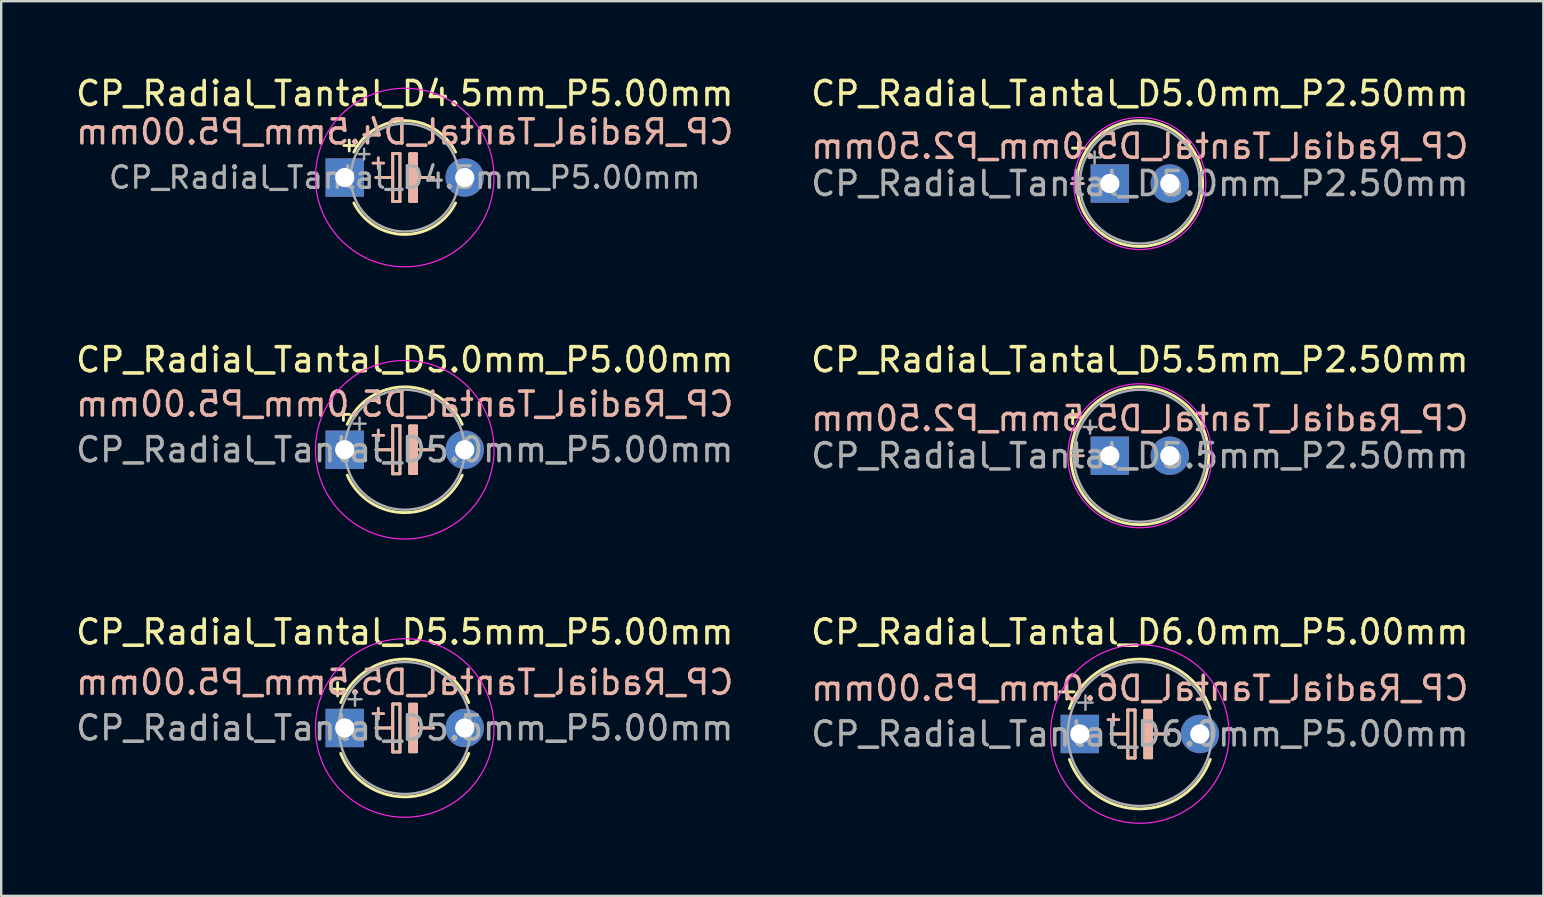
<source format=kicad_pcb>
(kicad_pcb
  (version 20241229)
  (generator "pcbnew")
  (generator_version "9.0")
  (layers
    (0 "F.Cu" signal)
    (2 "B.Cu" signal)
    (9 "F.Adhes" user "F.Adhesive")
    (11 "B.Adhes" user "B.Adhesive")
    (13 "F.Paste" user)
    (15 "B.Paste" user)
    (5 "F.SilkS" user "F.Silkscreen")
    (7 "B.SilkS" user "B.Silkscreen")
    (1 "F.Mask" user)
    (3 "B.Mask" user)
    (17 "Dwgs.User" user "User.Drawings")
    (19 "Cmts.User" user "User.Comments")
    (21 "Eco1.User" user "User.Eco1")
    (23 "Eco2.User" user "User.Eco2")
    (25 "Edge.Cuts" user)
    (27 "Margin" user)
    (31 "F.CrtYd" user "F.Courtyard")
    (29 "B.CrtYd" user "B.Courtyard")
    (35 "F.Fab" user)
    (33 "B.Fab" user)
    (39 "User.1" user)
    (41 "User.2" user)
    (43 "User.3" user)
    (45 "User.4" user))
  (footprint "CP_Radial_Tantal_D5.0mm_P5.00mm"
    (layer "F.Cu")
    (at 11.315 15.691)
    (property "Reference" "CP_Radial_Tantal_D5.0mm_P5.00mm" (at 2.5 -3.75 0) (layer "F.SilkS") (effects (font (size 1 1) (thickness 0.15))))
    (fp_line (start -0.305 -1.475) (end 0.195 -1.475) (stroke (width 0.12) (type solid)) (layer "F.SilkS"))
    (fp_line (start -0.055 -1.725) (end -0.055 -1.225) (stroke (width 0.12) (type solid)) (layer "F.SilkS"))
    (fp_line (start 1.3 0) (end 2 0) (stroke (width 0.12) (type solid)) (layer "F.SilkS"))
    (fp_line (start 2 -1) (end 2.3 -1) (stroke (width 0.12) (type solid)) (layer "F.SilkS"))
    (fp_line (start 2 1) (end 2 -1) (stroke (width 0.12) (type solid)) (layer "F.SilkS"))
    (fp_line (start 2.3 -1) (end 2.3 1) (stroke (width 0.12) (type solid)) (layer "F.SilkS"))
    (fp_line (start 2.3 1) (end 2 1) (stroke (width 0.12) (type solid)) (layer "F.SilkS"))
    (fp_line (start 3.7 0) (end 3 0) (stroke (width 0.12) (type solid)) (layer "F.SilkS"))
    (fp_arc (start 0.104003 -1.06) (mid 2.5 -2.62) (end 4.895997 -1.06) (stroke (width 0.12) (type solid)) (layer "F.SilkS"))
    (fp_arc (start 4.895997 1.06) (mid 2.5 2.62) (end 0.104003 1.06) (stroke (width 0.12) (type solid)) (layer "F.SilkS"))
    (fp_poly (pts (xy 3 1) (xy 2.7 1) (xy 2.7 -1) (xy 3 -1)) (stroke (width 0.1) (type solid)) (fill yes) (layer "F.SilkS"))
    (fp_line (start 1.3 0) (end 2 0) (stroke (width 0.12) (type solid)) (layer "B.SilkS"))
    (fp_line (start 1.4 -0.825) (end 1.4 -0.375) (stroke (width 0.12) (type solid)) (layer "B.SilkS"))
    (fp_line (start 1.625 -0.6) (end 1.175 -0.6) (stroke (width 0.12) (type solid)) (layer "B.SilkS"))
    (fp_line (start 2 -1) (end 2.3 -1) (stroke (width 0.12) (type solid)) (layer "B.SilkS"))
    (fp_line (start 2 1) (end 2 -1) (stroke (width 0.12) (type solid)) (layer "B.SilkS"))
    (fp_line (start 2.3 -1) (end 2.3 1) (stroke (width 0.12) (type solid)) (layer "B.SilkS"))
    (fp_line (start 2.3 1) (end 2 1) (stroke (width 0.12) (type solid)) (layer "B.SilkS"))
    (fp_line (start 3.7 0) (end 3 0) (stroke (width 0.12) (type solid)) (layer "B.SilkS"))
    (fp_poly (pts (xy 3 1) (xy 2.7 1) (xy 2.7 -1) (xy 3 -1)) (stroke (width 0.1) (type solid)) (fill yes) (layer "B.SilkS"))
    (fp_circle (center 2.5 0) (end 6.22 0) (stroke (width 0.05) (type solid)) (fill no) (layer "F.CrtYd"))
    (fp_line (start 0.366 -1.087) (end 0.866 -1.087) (stroke (width 0.1) (type solid)) (layer "F.Fab"))
    (fp_line (start 0.616 -1.337) (end 0.616 -0.838) (stroke (width 0.1) (type solid)) (layer "F.Fab"))
    (fp_circle (center 2.5 0) (end 5 0) (stroke (width 0.1) (type solid)) (fill no) (layer "F.Fab"))
    (fp_text user "${REFERENCE}" (at 2.5 -1.9 0) (layer "B.SilkS") (effects (font (size 1 1) (thickness 0.15)) (justify mirror)))
    (fp_text user "${REFERENCE}" (at 2.5 0 0) (layer "F.Fab") (effects (font (size 1 1) (thickness 0.15))))
    (pad "1" thru_hole rect (at 0 0) (size 1.6 1.6) (drill 0.8) (layers "*.Cu" "*.Mask"))
    (pad "2" thru_hole circle (at 5 0) (size 1.6 1.6) (drill 0.8) (layers "*.Cu" "*.Mask")))
  (footprint "CP_Radial_Tantal_D5.0mm_P2.50mm"
    (layer "F.Cu")
    (at 43.196 4.598)
    (property "Reference" "CP_Radial_Tantal_D5.0mm_P2.50mm" (at 1.25 -3.75 0) (layer "F.SilkS") (effects (font (size 1 1) (thickness 0.15))))
    (fp_line (start -1.555 -1.475) (end -1.055 -1.475) (stroke (width 0.12) (type solid)) (layer "F.SilkS"))
    (fp_line (start -1.305 -1.725) (end -1.305 -1.225) (stroke (width 0.12) (type solid)) (layer "F.SilkS"))
    (fp_circle (center 1.25 0) (end 3.87 0) (stroke (width 0.12) (type solid)) (fill no) (layer "F.SilkS"))
    (fp_line (start -1.35 -0.25) (end -1.35 0.25) (stroke (width 0.12) (type solid)) (layer "B.SilkS"))
    (fp_line (start -1.1 0) (end -1.6 0) (stroke (width 0.12) (type solid)) (layer "B.SilkS"))
    (fp_circle (center 1.25 0) (end 4 0) (stroke (width 0.05) (type solid)) (fill no) (layer "F.CrtYd"))
    (fp_line (start -0.884 -1.087) (end -0.384 -1.087) (stroke (width 0.1) (type solid)) (layer "F.Fab"))
    (fp_line (start -0.634 -1.337) (end -0.634 -0.838) (stroke (width 0.1) (type solid)) (layer "F.Fab"))
    (fp_circle (center 1.25 0) (end 3.75 0) (stroke (width 0.1) (type solid)) (fill no) (layer "F.Fab"))
    (fp_text user "${REFERENCE}" (at 1.25 -1.55 0) (layer "B.SilkS") (effects (font (size 1 1) (thickness 0.15)) (justify mirror)))
    (fp_text user "${REFERENCE}" (at 1.25 0 0) (layer "F.Fab") (effects (font (size 1 1) (thickness 0.15))))
    (pad "1" thru_hole rect (at 0 0) (size 1.6 1.6) (drill 0.8) (layers "*.Cu" "*.Mask"))
    (pad "2" thru_hole circle (at 2.5 0) (size 1.6 1.6) (drill 0.8) (layers "*.Cu" "*.Mask")))
  (footprint "CP_Radial_Tantal_D5.5mm_P2.50mm"
    (layer "F.Cu")
    (at 43.196 15.941)
    (property "Reference" "CP_Radial_Tantal_D5.5mm_P2.50mm" (at 1.25 -4 0) (layer "F.SilkS") (effects (font (size 1 1) (thickness 0.15))))
    (fp_line (start -1.822 -1.615) (end -1.272 -1.615) (stroke (width 0.12) (type solid)) (layer "F.SilkS"))
    (fp_line (start -1.547 -1.89) (end -1.547 -1.34) (stroke (width 0.12) (type solid)) (layer "F.SilkS"))
    (fp_circle (center 1.25 0) (end 4.12 0) (stroke (width 0.12) (type solid)) (fill no) (layer "F.SilkS"))
    (fp_line (start -1.35 -0.25) (end -1.35 0.25) (stroke (width 0.12) (type solid)) (layer "B.SilkS"))
    (fp_line (start -1.1 0) (end -1.6 0) (stroke (width 0.12) (type solid)) (layer "B.SilkS"))
    (fp_circle (center 1.25 0) (end 4.25 0) (stroke (width 0.05) (type solid)) (fill no) (layer "F.CrtYd"))
    (fp_line (start -1.099 -1.198) (end -0.549 -1.198) (stroke (width 0.1) (type solid)) (layer "F.Fab"))
    (fp_line (start -0.824 -1.472) (end -0.824 -0.922) (stroke (width 0.1) (type solid)) (layer "F.Fab"))
    (fp_circle (center 1.25 0) (end 4 0) (stroke (width 0.1) (type solid)) (fill no) (layer "F.Fab"))
    (fp_text user "${REFERENCE}" (at 1.25 -1.55 0) (layer "B.SilkS") (effects (font (size 1 1) (thickness 0.15)) (justify mirror)))
    (fp_text user "${REFERENCE}" (at 1.25 0 0) (layer "F.Fab") (effects (font (size 1 1) (thickness 0.15))))
    (pad "1" thru_hole rect (at 0 0) (size 1.6 1.6) (drill 0.8) (layers "*.Cu" "*.Mask"))
    (pad "2" thru_hole circle (at 2.5 0) (size 1.6 1.6) (drill 0.8) (layers "*.Cu" "*.Mask")))
  (footprint "CP_Radial_Tantal_D6.0mm_P5.00mm"
    (layer "F.Cu")
    (at 41.946 27.535)
    (property "Reference" "CP_Radial_Tantal_D6.0mm_P5.00mm" (at 2.5 -4.25 0) (layer "F.SilkS") (effects (font (size 1 1) (thickness 0.15))))
    (fp_line (start -0.84 -1.755) (end -0.24 -1.755) (stroke (width 0.12) (type solid)) (layer "F.SilkS"))
    (fp_line (start -0.54 -2.055) (end -0.54 -1.455) (stroke (width 0.12) (type solid)) (layer "F.SilkS"))
    (fp_line (start 1.3 0) (end 2 0) (stroke (width 0.12) (type solid)) (layer "F.SilkS"))
    (fp_line (start 2 -1) (end 2.3 -1) (stroke (width 0.12) (type solid)) (layer "F.SilkS"))
    (fp_line (start 2 1) (end 2 -1) (stroke (width 0.12) (type solid)) (layer "F.SilkS"))
    (fp_line (start 2.3 -1) (end 2.3 1) (stroke (width 0.12) (type solid)) (layer "F.SilkS"))
    (fp_line (start 2.3 1) (end 2 1) (stroke (width 0.12) (type solid)) (layer "F.SilkS"))
    (fp_line (start 3.7 0) (end 3 0) (stroke (width 0.12) (type solid)) (layer "F.SilkS"))
    (fp_arc (start -0.434416 -1.06) (mid 2.5 -3.12) (end 5.434416 -1.06) (stroke (width 0.12) (type solid)) (layer "F.SilkS"))
    (fp_arc (start 5.434416 1.06) (mid 2.5 3.12) (end -0.434416 1.06) (stroke (width 0.12) (type solid)) (layer "F.SilkS"))
    (fp_poly (pts (xy 3 1) (xy 2.7 1) (xy 2.7 -1) (xy 3 -1)) (stroke (width 0.1) (type solid)) (fill yes) (layer "F.SilkS"))
    (fp_line (start 1.3 0) (end 2 0) (stroke (width 0.12) (type solid)) (layer "B.SilkS"))
    (fp_line (start 1.4 -0.825) (end 1.4 -0.375) (stroke (width 0.12) (type solid)) (layer "B.SilkS"))
    (fp_line (start 1.625 -0.6) (end 1.175 -0.6) (stroke (width 0.12) (type solid)) (layer "B.SilkS"))
    (fp_line (start 2 -1) (end 2.3 -1) (stroke (width 0.12) (type solid)) (layer "B.SilkS"))
    (fp_line (start 2 1) (end 2 -1) (stroke (width 0.12) (type solid)) (layer "B.SilkS"))
    (fp_line (start 2.3 -1) (end 2.3 1) (stroke (width 0.12) (type solid)) (layer "B.SilkS"))
    (fp_line (start 2.3 1) (end 2 1) (stroke (width 0.12) (type solid)) (layer "B.SilkS"))
    (fp_line (start 3.7 0) (end 3 0) (stroke (width 0.12) (type solid)) (layer "B.SilkS"))
    (fp_poly (pts (xy 3 1) (xy 2.7 1) (xy 2.7 -1) (xy 3 -1)) (stroke (width 0.1) (type solid)) (fill yes) (layer "B.SilkS"))
    (fp_circle (center 2.5 0) (end 6.22 0) (stroke (width 0.05) (type solid)) (fill no) (layer "F.CrtYd"))
    (fp_line (start -0.065 -1.308) (end 0.535 -1.308) (stroke (width 0.1) (type solid)) (layer "F.Fab"))
    (fp_line (start 0.235 -1.607) (end 0.235 -1.008) (stroke (width 0.1) (type solid)) (layer "F.Fab"))
    (fp_circle (center 2.5 0) (end 5.5 0) (stroke (width 0.1) (type solid)) (fill no) (layer "F.Fab"))
    (fp_text user "${REFERENCE}" (at 2.5 -1.9 0) (layer "B.SilkS") (effects (font (size 1 1) (thickness 0.15)) (justify mirror)))
    (fp_text user "${REFERENCE}" (at 2.5 0 0) (layer "F.Fab") (effects (font (size 1 1) (thickness 0.15))))
    (pad "1" thru_hole rect (at 0 0) (size 1.6 1.6) (drill 0.8) (layers "*.Cu" "*.Mask"))
    (pad "2" thru_hole circle (at 5 0) (size 1.6 1.6) (drill 0.8) (layers "*.Cu" "*.Mask")))
  (footprint "CP_Radial_Tantal_D5.5mm_P5.00mm"
    (layer "F.Cu")
    (at 11.315 27.285)
    (property "Reference" "CP_Radial_Tantal_D5.5mm_P5.00mm" (at 2.5 -4 0) (layer "F.SilkS") (effects (font (size 1 1) (thickness 0.15))))
    (fp_line (start -0.572 -1.615) (end -0.022 -1.615) (stroke (width 0.12) (type solid)) (layer "F.SilkS"))
    (fp_line (start -0.297 -1.89) (end -0.297 -1.34) (stroke (width 0.12) (type solid)) (layer "F.SilkS"))
    (fp_line (start 1.3 0) (end 2 0) (stroke (width 0.12) (type solid)) (layer "F.SilkS"))
    (fp_line (start 2 -1) (end 2.3 -1) (stroke (width 0.12) (type solid)) (layer "F.SilkS"))
    (fp_line (start 2 1) (end 2 -1) (stroke (width 0.12) (type solid)) (layer "F.SilkS"))
    (fp_line (start 2.3 -1) (end 2.3 1) (stroke (width 0.12) (type solid)) (layer "F.SilkS"))
    (fp_line (start 2.3 1) (end 2 1) (stroke (width 0.12) (type solid)) (layer "F.SilkS"))
    (fp_line (start 3.7 0) (end 3 0) (stroke (width 0.12) (type solid)) (layer "F.SilkS"))
    (fp_arc (start -0.167077 -1.06) (mid 2.5 -2.87) (end 5.167077 -1.06) (stroke (width 0.12) (type solid)) (layer "F.SilkS"))
    (fp_arc (start 5.167077 1.06) (mid 2.5 2.87) (end -0.167077 1.06) (stroke (width 0.12) (type solid)) (layer "F.SilkS"))
    (fp_poly (pts (xy 3 1) (xy 2.7 1) (xy 2.7 -1) (xy 3 -1)) (stroke (width 0.1) (type solid)) (fill yes) (layer "F.SilkS"))
    (fp_line (start 1.3 0) (end 2 0) (stroke (width 0.12) (type solid)) (layer "B.SilkS"))
    (fp_line (start 1.4 -0.825) (end 1.4 -0.375) (stroke (width 0.12) (type solid)) (layer "B.SilkS"))
    (fp_line (start 1.625 -0.6) (end 1.175 -0.6) (stroke (width 0.12) (type solid)) (layer "B.SilkS"))
    (fp_line (start 2 -1) (end 2.3 -1) (stroke (width 0.12) (type solid)) (layer "B.SilkS"))
    (fp_line (start 2 1) (end 2 -1) (stroke (width 0.12) (type solid)) (layer "B.SilkS"))
    (fp_line (start 2.3 -1) (end 2.3 1) (stroke (width 0.12) (type solid)) (layer "B.SilkS"))
    (fp_line (start 2.3 1) (end 2 1) (stroke (width 0.12) (type solid)) (layer "B.SilkS"))
    (fp_line (start 3.7 0) (end 3 0) (stroke (width 0.12) (type solid)) (layer "B.SilkS"))
    (fp_poly (pts (xy 3 1) (xy 2.7 1) (xy 2.7 -1) (xy 3 -1)) (stroke (width 0.1) (type solid)) (fill yes) (layer "B.SilkS"))
    (fp_circle (center 2.5 0) (end 6.22 0) (stroke (width 0.05) (type solid)) (fill no) (layer "F.CrtYd"))
    (fp_line (start 0.151 -1.198) (end 0.701 -1.198) (stroke (width 0.1) (type solid)) (layer "F.Fab"))
    (fp_line (start 0.426 -1.472) (end 0.426 -0.922) (stroke (width 0.1) (type solid)) (layer "F.Fab"))
    (fp_circle (center 2.5 0) (end 5.25 0) (stroke (width 0.1) (type solid)) (fill no) (layer "F.Fab"))
    (fp_text user "${REFERENCE}" (at 2.5 -1.9 0) (layer "B.SilkS") (effects (font (size 1 1) (thickness 0.15)) (justify mirror)))
    (fp_text user "${REFERENCE}" (at 2.5 0 0) (layer "F.Fab") (effects (font (size 1 1) (thickness 0.15))))
    (pad "1" thru_hole rect (at 0 0) (size 1.6 1.6) (drill 0.8) (layers "*.Cu" "*.Mask"))
    (pad "2" thru_hole circle (at 5 0) (size 1.6 1.6) (drill 0.8) (layers "*.Cu" "*.Mask")))
  (footprint "CP_Radial_Tantal_D4.5mm_P5.00mm"
    (layer "F.Cu")
    (at 11.315 4.348)
    (property "Reference" "CP_Radial_Tantal_D4.5mm_P5.00mm" (at 2.5 -3.5 0) (layer "F.SilkS") (effects (font (size 1 1) (thickness 0.15))))
    (fp_line (start -0.037 -1.335) (end 0.413 -1.335) (stroke (width 0.12) (type solid)) (layer "F.SilkS"))
    (fp_line (start 0.188 -1.56) (end 0.188 -1.11) (stroke (width 0.12) (type solid)) (layer "F.SilkS"))
    (fp_line (start 1.3 0) (end 2 0) (stroke (width 0.12) (type solid)) (layer "F.SilkS"))
    (fp_line (start 2 -1) (end 2.3 -1) (stroke (width 0.12) (type solid)) (layer "F.SilkS"))
    (fp_line (start 2 1) (end 2 -1) (stroke (width 0.12) (type solid)) (layer "F.SilkS"))
    (fp_line (start 2.3 -1) (end 2.3 1) (stroke (width 0.12) (type solid)) (layer "F.SilkS"))
    (fp_line (start 2.3 1) (end 2 1) (stroke (width 0.12) (type solid)) (layer "F.SilkS"))
    (fp_line (start 3.7 0) (end 3 0) (stroke (width 0.12) (type solid)) (layer "F.SilkS"))
    (fp_arc (start 0.380259 -1.06) (mid 2.5 -2.37) (end 4.619741 -1.06) (stroke (width 0.12) (type solid)) (layer "F.SilkS"))
    (fp_arc (start 4.619741 1.06) (mid 2.5 2.37) (end 0.380259 1.06) (stroke (width 0.12) (type solid)) (layer "F.SilkS"))
    (fp_poly (pts (xy 3 1) (xy 2.7 1) (xy 2.7 -1) (xy 3 -1)) (stroke (width 0.1) (type solid)) (fill yes) (layer "F.SilkS"))
    (fp_line (start 1.3 0) (end 2 0) (stroke (width 0.12) (type solid)) (layer "B.SilkS"))
    (fp_line (start 1.4 -0.825) (end 1.4 -0.375) (stroke (width 0.12) (type solid)) (layer "B.SilkS"))
    (fp_line (start 1.625 -0.6) (end 1.175 -0.6) (stroke (width 0.12) (type solid)) (layer "B.SilkS"))
    (fp_line (start 2 -1) (end 2.3 -1) (stroke (width 0.12) (type solid)) (layer "B.SilkS"))
    (fp_line (start 2 1) (end 2 -1) (stroke (width 0.12) (type solid)) (layer "B.SilkS"))
    (fp_line (start 2.3 -1) (end 2.3 1) (stroke (width 0.12) (type solid)) (layer "B.SilkS"))
    (fp_line (start 2.3 1) (end 2 1) (stroke (width 0.12) (type solid)) (layer "B.SilkS"))
    (fp_line (start 3.7 0) (end 3 0) (stroke (width 0.12) (type solid)) (layer "B.SilkS"))
    (fp_poly (pts (xy 3 1) (xy 2.7 1) (xy 2.7 -1) (xy 3 -1)) (stroke (width 0.1) (type solid)) (fill yes) (layer "B.SilkS"))
    (fp_circle (center 2.5 0) (end 6.22 0) (stroke (width 0.05) (type solid)) (fill no) (layer "F.CrtYd"))
    (fp_line (start 0.582 -0.978) (end 1.032 -0.978) (stroke (width 0.1) (type solid)) (layer "F.Fab"))
    (fp_line (start 0.807 -1.202) (end 0.807 -0.752) (stroke (width 0.1) (type solid)) (layer "F.Fab"))
    (fp_circle (center 2.5 0) (end 4.75 0) (stroke (width 0.1) (type solid)) (fill no) (layer "F.Fab"))
    (fp_text user "${REFERENCE}" (at 2.5 -1.9 0) (layer "B.SilkS") (effects (font (size 1 1) (thickness 0.15)) (justify mirror)))
    (fp_text user "${REFERENCE}" (at 2.5 0 0) (layer "F.Fab") (effects (font (size 0.9 0.9) (thickness 0.135))))
    (pad "1" thru_hole rect (at 0 0) (size 1.6 1.6) (drill 0.8) (layers "*.Cu" "*.Mask"))
    (pad "2" thru_hole circle (at 5 0) (size 1.6 1.6) (drill 0.8) (layers "*.Cu" "*.Mask")))
  (gr_rect
    (start -3 -3)
    (end 61.262 34.28)
    (stroke (width 0.1) (type default))
    (fill no)
    (layer "Edge.Cuts")))
</source>
